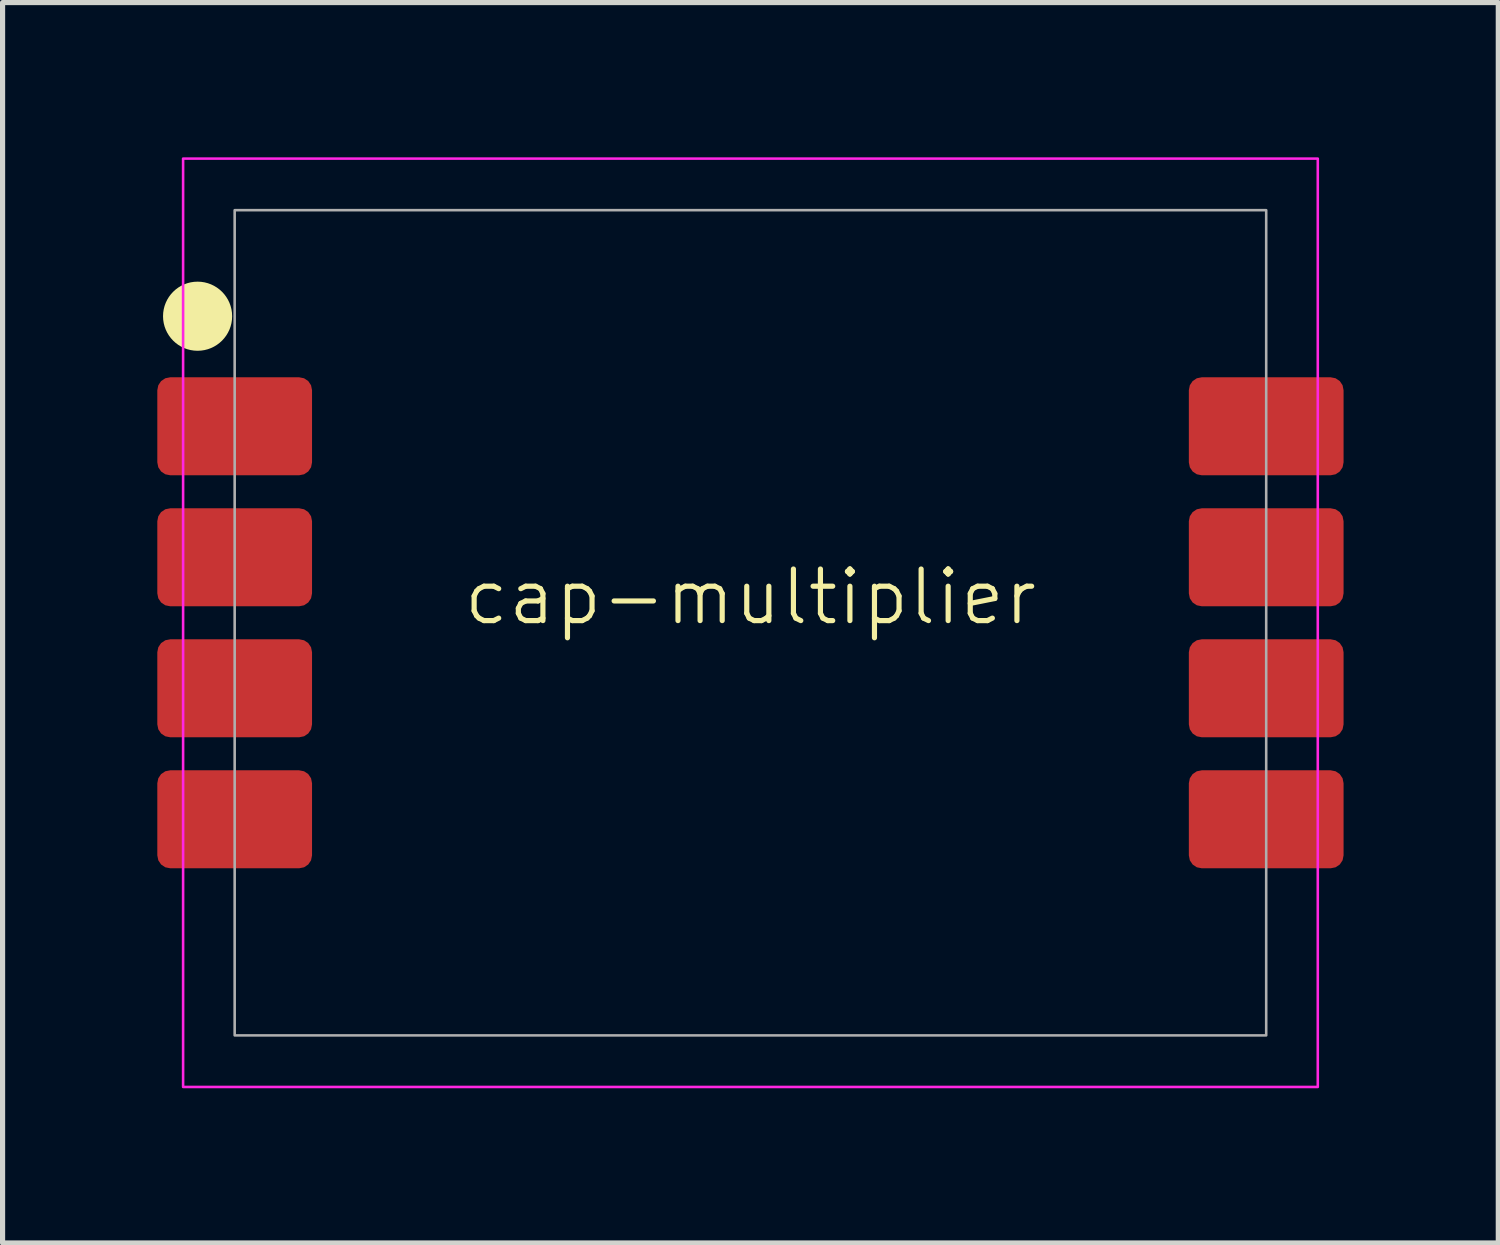
<source format=kicad_pcb>
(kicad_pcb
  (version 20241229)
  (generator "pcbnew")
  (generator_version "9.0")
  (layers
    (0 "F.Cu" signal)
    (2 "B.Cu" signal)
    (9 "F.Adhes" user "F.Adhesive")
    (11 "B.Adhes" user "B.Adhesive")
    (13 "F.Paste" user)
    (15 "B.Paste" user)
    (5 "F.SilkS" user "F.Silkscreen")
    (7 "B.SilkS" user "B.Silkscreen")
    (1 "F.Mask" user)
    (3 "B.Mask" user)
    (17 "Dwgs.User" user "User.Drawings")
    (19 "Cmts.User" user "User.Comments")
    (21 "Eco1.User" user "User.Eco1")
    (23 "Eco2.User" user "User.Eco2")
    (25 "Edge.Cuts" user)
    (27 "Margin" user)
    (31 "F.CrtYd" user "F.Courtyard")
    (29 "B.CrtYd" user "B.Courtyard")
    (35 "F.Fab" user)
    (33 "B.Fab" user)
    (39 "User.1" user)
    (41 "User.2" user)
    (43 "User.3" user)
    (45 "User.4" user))
  (footprint "cap-multiplier"
    (layer "F.Cu")
    (at 11.5 9.025)
    (property "Reference" "cap-multiplier" (at 0 -0.5 0) (unlocked yes) (layer "F.SilkS") (effects (font (size 1 1) (thickness 0.1))))
    (attr smd)
    (fp_circle (center -10.719 -5.944) (end -10.099 -5.944) (stroke (width 0.1) (type solid)) (fill yes) (layer "F.SilkS"))
    (fp_rect (start -11 -9) (end 11 9) (stroke (width 0.05) (type default)) (fill no) (layer "F.CrtYd"))
    (fp_rect (start -10 -8) (end 10 8) (stroke (width 0.05) (type default)) (fill no) (layer "F.Fab"))
    (pad "1" smd roundrect (at -10 -3.81) (size 3 1.9) (layers "F.Cu" "F.Mask" "F.Paste") (roundrect_rratio 0.132))
    (pad "2" smd roundrect (at -10 -1.27) (size 3 1.9) (layers "F.Cu" "F.Mask" "F.Paste") (roundrect_rratio 0.132))
    (pad "3" smd roundrect (at -10 1.27) (size 3 1.9) (layers "F.Cu" "F.Mask" "F.Paste") (roundrect_rratio 0.132))
    (pad "4" smd roundrect (at -10 3.81) (size 3 1.9) (layers "F.Cu" "F.Mask" "F.Paste") (roundrect_rratio 0.132))
    (pad "5" smd roundrect (at 10 3.81) (size 3 1.9) (layers "F.Cu" "F.Mask" "F.Paste") (roundrect_rratio 0.132))
    (pad "6" smd roundrect (at 10 1.27) (size 3 1.9) (layers "F.Cu" "F.Mask" "F.Paste") (roundrect_rratio 0.132))
    (pad "7" smd roundrect (at 10 -1.27) (size 3 1.9) (layers "F.Cu" "F.Mask" "F.Paste") (roundrect_rratio 0.132))
    (pad "8" smd roundrect (at 10 -3.81) (size 3 1.9) (layers "F.Cu" "F.Mask" "F.Paste") (roundrect_rratio 0.132)))
  (gr_rect
    (start -3 -3)
    (end 26 21.05)
    (stroke (width 0.1) (type default))
    (fill no)
    (layer "Edge.Cuts")))
</source>
